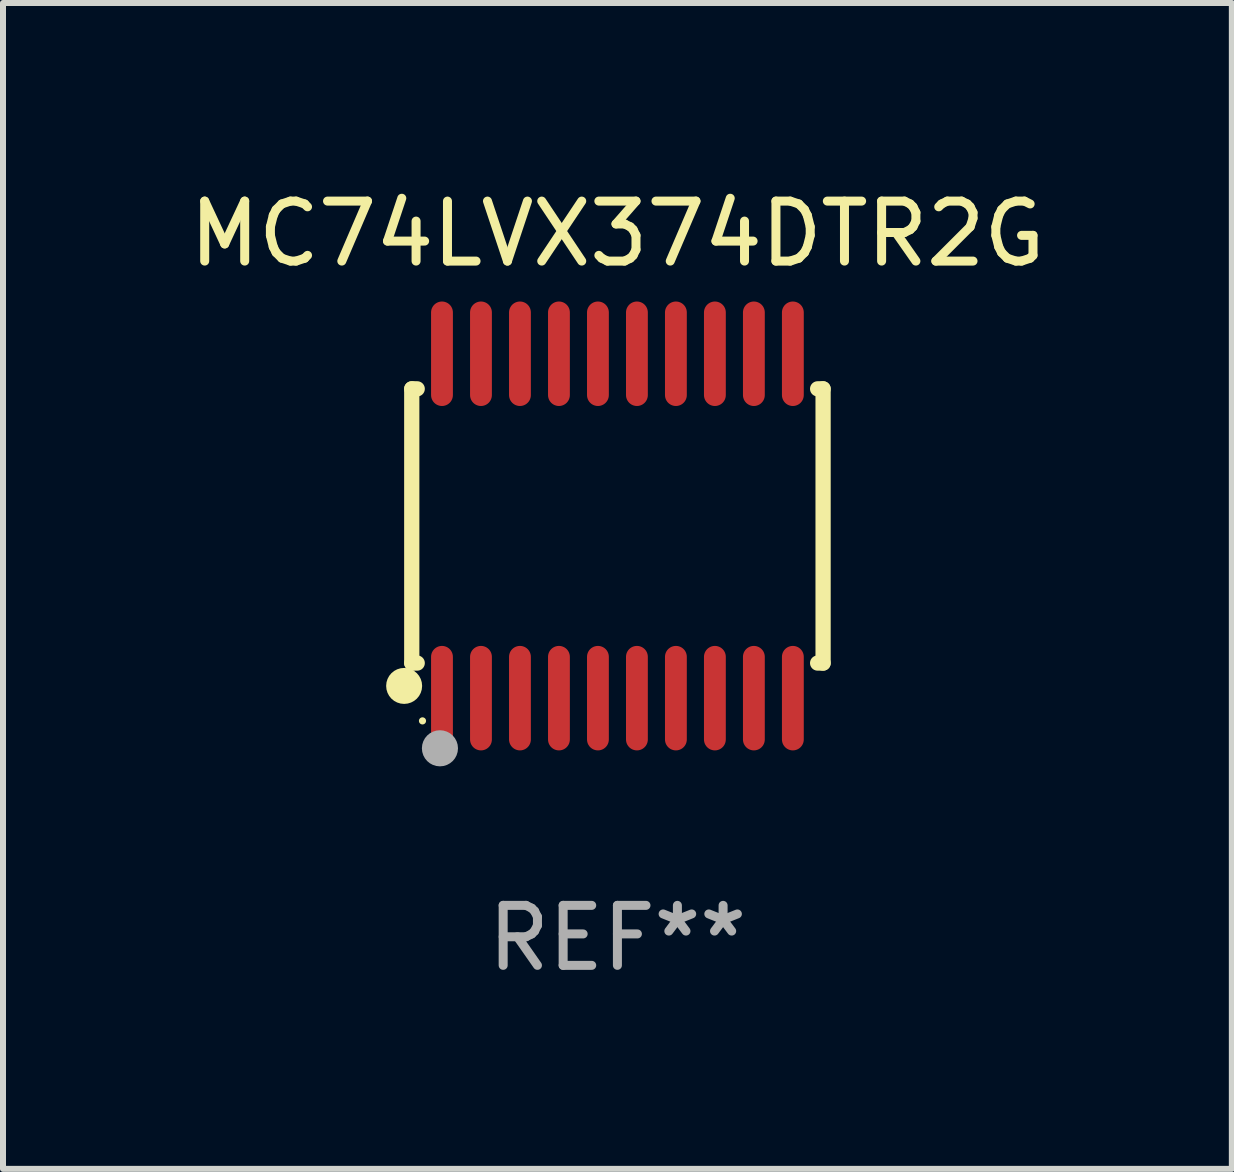
<source format=kicad_pcb>
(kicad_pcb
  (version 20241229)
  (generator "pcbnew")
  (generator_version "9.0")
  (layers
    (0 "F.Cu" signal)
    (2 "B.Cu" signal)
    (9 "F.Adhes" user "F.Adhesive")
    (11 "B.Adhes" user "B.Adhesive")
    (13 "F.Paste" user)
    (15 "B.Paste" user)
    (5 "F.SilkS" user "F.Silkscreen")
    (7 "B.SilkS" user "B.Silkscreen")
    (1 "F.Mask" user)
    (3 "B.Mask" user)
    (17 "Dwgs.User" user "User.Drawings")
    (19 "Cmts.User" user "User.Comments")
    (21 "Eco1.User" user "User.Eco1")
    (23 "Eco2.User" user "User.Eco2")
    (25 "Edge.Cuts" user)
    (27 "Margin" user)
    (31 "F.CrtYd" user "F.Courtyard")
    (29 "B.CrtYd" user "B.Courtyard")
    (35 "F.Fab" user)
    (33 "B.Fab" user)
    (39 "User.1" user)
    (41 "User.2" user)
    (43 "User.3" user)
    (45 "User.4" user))
  (footprint "MC74LVX374DTR2G"
    (layer "F.Cu")
    (at 7.244 5.719)
    (property "Reference" "MC74LVX374DTR2G" (at 0 -4.871 0) (layer "F.SilkS") (effects (font (size 1 1) (thickness 0.15))))
    (attr through_hole)
    (fp_line (start -3.429 -2.286) (end -3.429 2.286) (stroke (width 0.254) (type solid)) (layer "F.SilkS"))
    (fp_line (start -3.429 2.286) (end -3.338 2.286) (stroke (width 0.254) (type solid)) (layer "F.SilkS"))
    (fp_line (start -3.338 -2.286) (end -3.429 -2.286) (stroke (width 0.254) (type solid)) (layer "F.SilkS"))
    (fp_line (start 3.338 -2.286) (end 3.429 -2.286) (stroke (width 0.254) (type solid)) (layer "F.SilkS"))
    (fp_line (start 3.429 -2.286) (end 3.429 2.286) (stroke (width 0.254) (type solid)) (layer "F.SilkS"))
    (fp_line (start 3.429 2.286) (end 3.338 2.286) (stroke (width 0.254) (type solid)) (layer "F.SilkS"))
    (fp_circle (center -3.556 2.667) (end -3.406 2.667) (stroke (width 0.3) (type solid)) (fill no) (layer "F.SilkS"))
    (fp_circle (center -3.25 3.25) (end -3.22 3.25) (stroke (width 0.06) (type solid)) (fill no) (layer "F.SilkS"))
    (fp_circle (center -2.959 3.707) (end -2.808 3.707) (stroke (width 0.3) (type solid)) (fill no) (layer "F.Fab"))
    (fp_text user "REF**" (at 0 6.871 0) (layer "F.Fab") (effects (font (size 1 1) (thickness 0.15))))
    (pad "1" smd oval (at -2.925 2.871) (size 0.364 1.742) (layers "F.Cu" "F.Mask" "F.Paste"))
    (pad "2" smd oval (at -2.275 2.871) (size 0.364 1.742) (layers "F.Cu" "F.Mask" "F.Paste"))
    (pad "3" smd oval (at -1.625 2.871) (size 0.364 1.742) (layers "F.Cu" "F.Mask" "F.Paste"))
    (pad "4" smd oval (at -0.975 2.871) (size 0.364 1.742) (layers "F.Cu" "F.Mask" "F.Paste"))
    (pad "5" smd oval (at -0.325 2.871) (size 0.364 1.742) (layers "F.Cu" "F.Mask" "F.Paste"))
    (pad "6" smd oval (at 0.325 2.871) (size 0.364 1.742) (layers "F.Cu" "F.Mask" "F.Paste"))
    (pad "7" smd oval (at 0.975 2.871) (size 0.364 1.742) (layers "F.Cu" "F.Mask" "F.Paste"))
    (pad "8" smd oval (at 1.625 2.871) (size 0.364 1.742) (layers "F.Cu" "F.Mask" "F.Paste"))
    (pad "9" smd oval (at 2.275 2.871) (size 0.364 1.742) (layers "F.Cu" "F.Mask" "F.Paste"))
    (pad "10" smd oval (at 2.925 2.871) (size 0.364 1.742) (layers "F.Cu" "F.Mask" "F.Paste"))
    (pad "11" smd oval (at 2.925 -2.871) (size 0.364 1.742) (layers "F.Cu" "F.Mask" "F.Paste"))
    (pad "12" smd oval (at 2.275 -2.871) (size 0.364 1.742) (layers "F.Cu" "F.Mask" "F.Paste"))
    (pad "13" smd oval (at 1.625 -2.871) (size 0.364 1.742) (layers "F.Cu" "F.Mask" "F.Paste"))
    (pad "14" smd oval (at 0.975 -2.871) (size 0.364 1.742) (layers "F.Cu" "F.Mask" "F.Paste"))
    (pad "15" smd oval (at 0.325 -2.871) (size 0.364 1.742) (layers "F.Cu" "F.Mask" "F.Paste"))
    (pad "16" smd oval (at -0.325 -2.871) (size 0.364 1.742) (layers "F.Cu" "F.Mask" "F.Paste"))
    (pad "17" smd oval (at -0.975 -2.871) (size 0.364 1.742) (layers "F.Cu" "F.Mask" "F.Paste"))
    (pad "18" smd oval (at -1.625 -2.871) (size 0.364 1.742) (layers "F.Cu" "F.Mask" "F.Paste"))
    (pad "19" smd oval (at -2.275 -2.871) (size 0.364 1.742) (layers "F.Cu" "F.Mask" "F.Paste"))
    (pad "20" smd oval (at -2.925 -2.871) (size 0.364 1.742) (layers "F.Cu" "F.Mask" "F.Paste")))
  (gr_rect
    (start -3 -3)
    (end 17.488 16.438)
    (stroke (width 0.1) (type default))
    (fill no)
    (layer "Edge.Cuts")))
</source>
